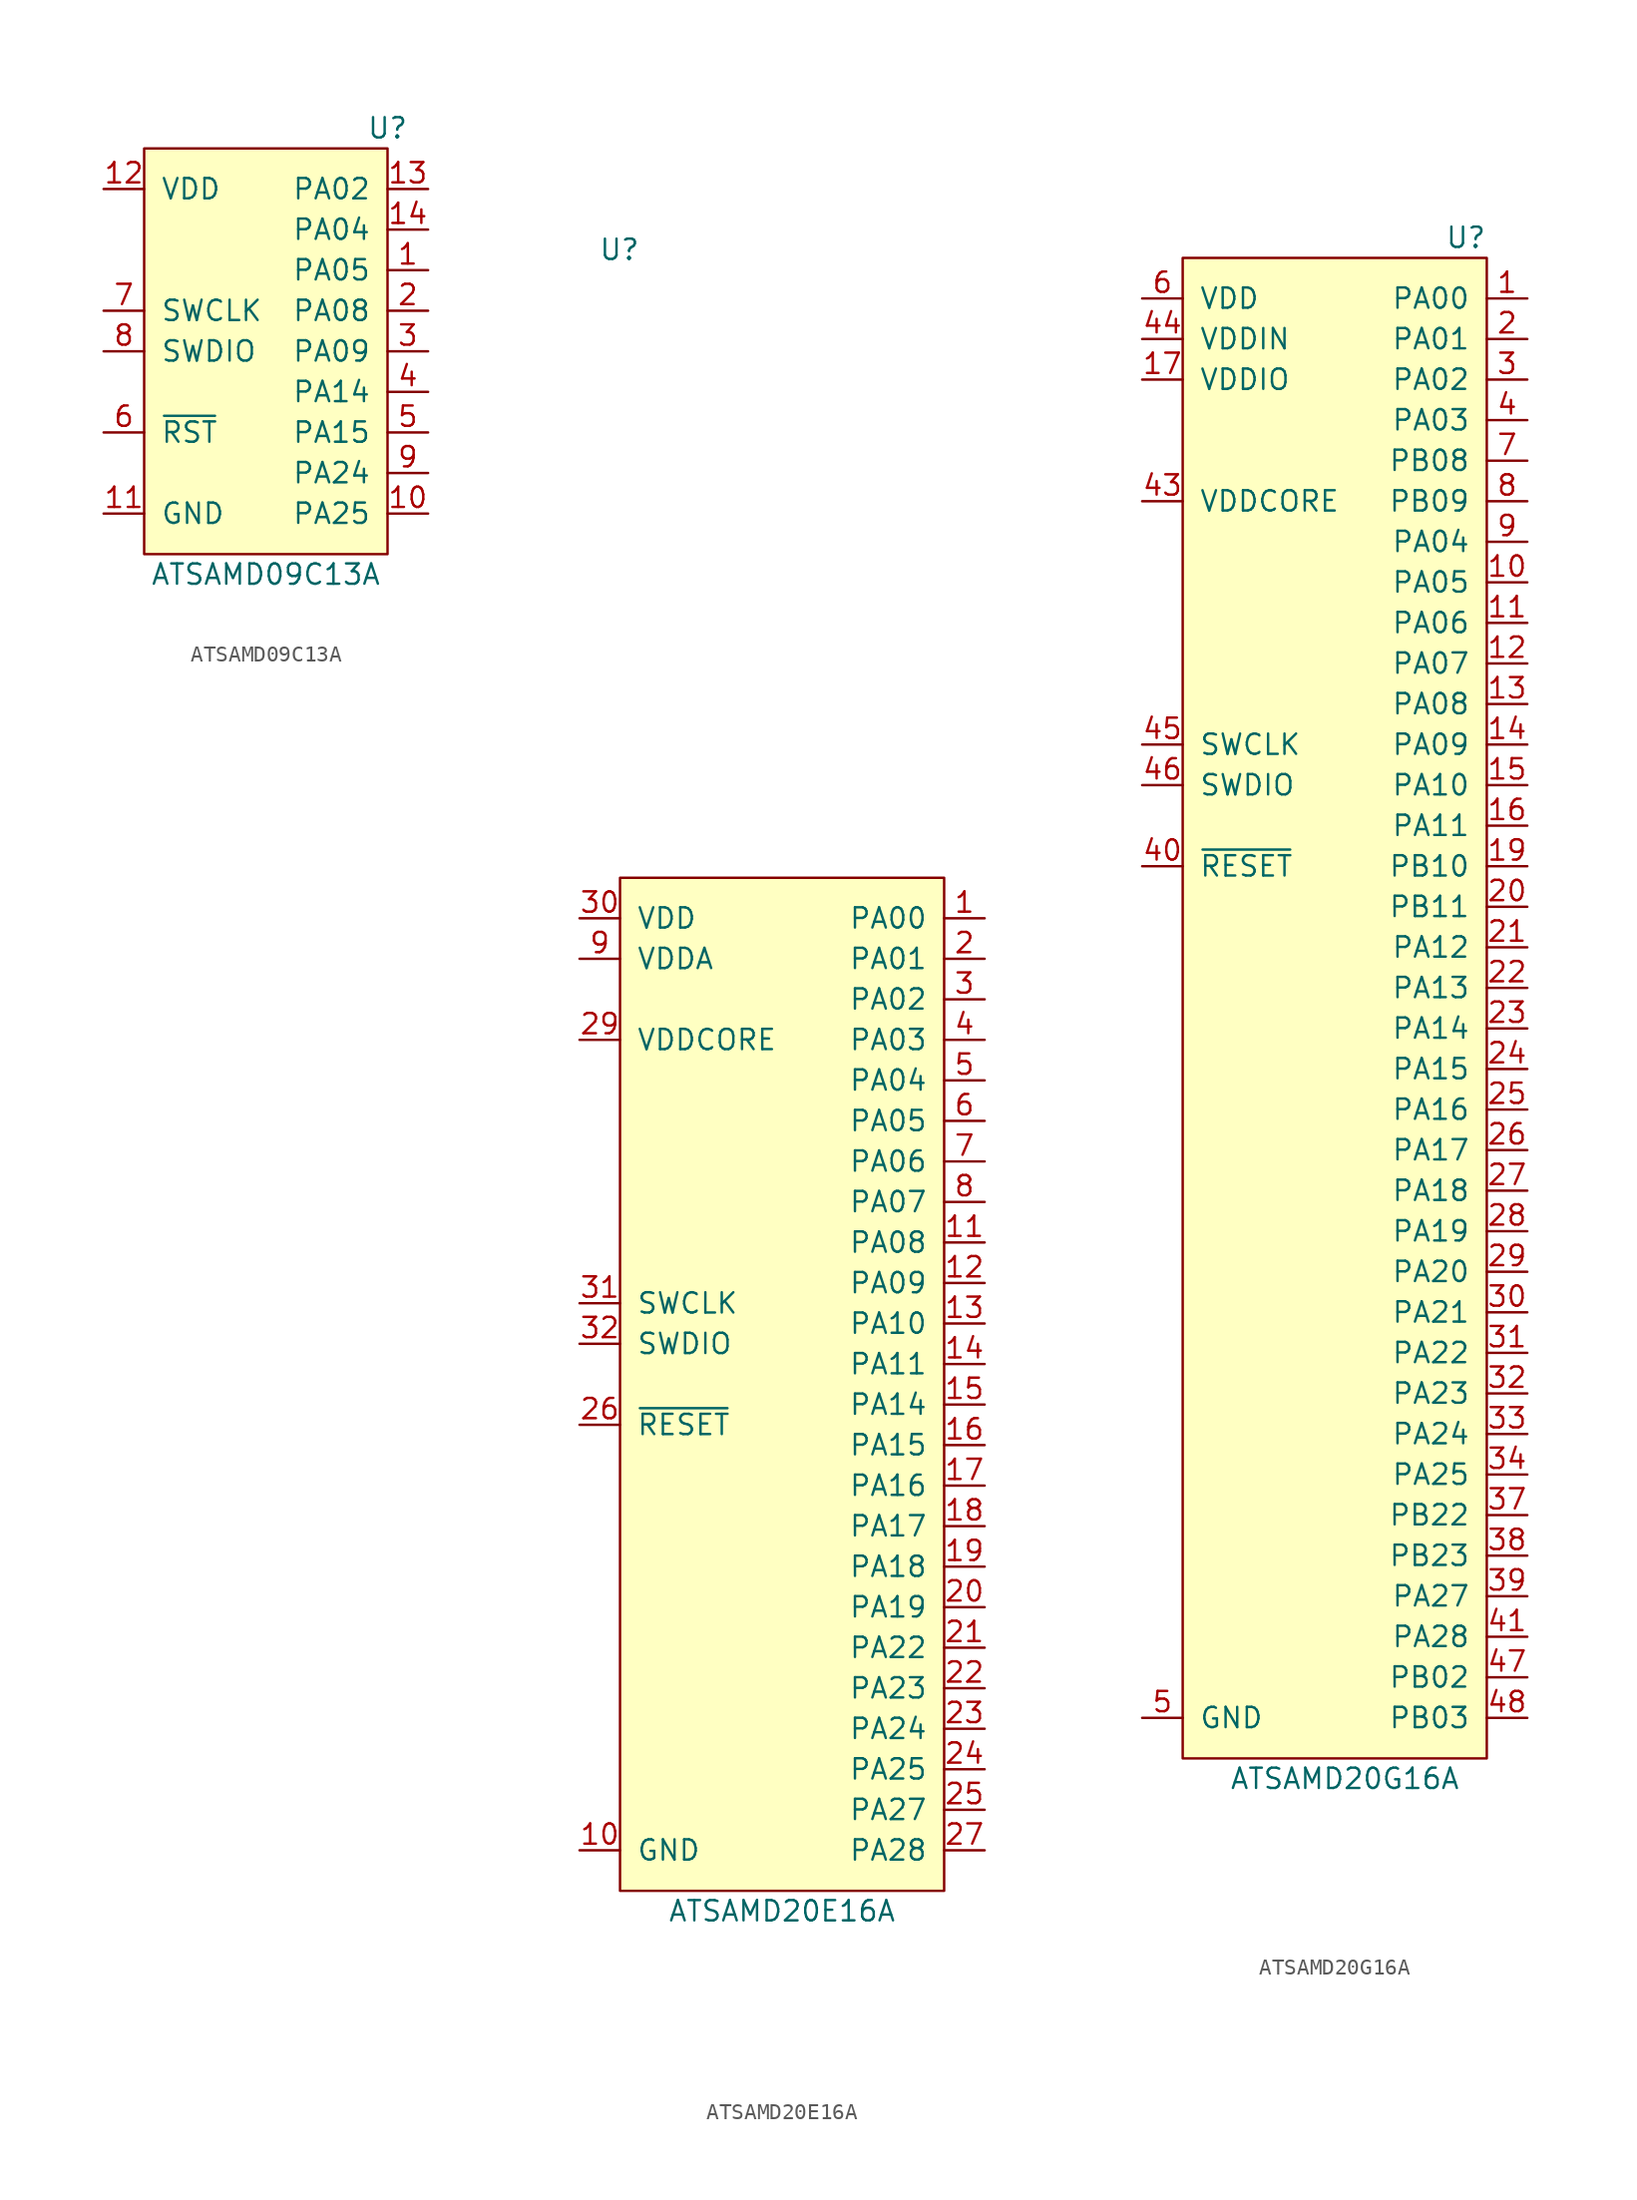
<source format=kicad_sym>
(kicad_symbol_lib
  (version 20231120)
  (generator "kicad_symbol_editor")
  (generator_version "8.99")
  (symbol "ATSAMD09C13A"
    (pin_names
      (offset 1.016))
    (property "Reference" "U"
      (at 7.62 13.97 0)
      (effects (font (size 1.27 1.27))))
    (property "Value" "ATSAMD09C13A"
      (at 0 -13.97 0)
      (effects (font (size 1.27 1.27))))
    (symbol "ATSAMD09C13A_0_1"
      (rectangle (start -7.62 12.7) (end 7.62 -12.7) (stroke (width 0) (type solid)) (fill (type background))))
    (symbol "ATSAMD09C13A_1_1"
      (pin bidirectional line (at 10.16 5.08 180) (length 2.54) (name "PA05" (effects (font (size 1.27 1.27)))) (number "1" (effects (font (size 1.27 1.27)))))
      (pin bidirectional line (at 10.16 -10.16 180) (length 2.54) (name "PA25" (effects (font (size 1.27 1.27)))) (number "10" (effects (font (size 1.27 1.27)))))
      (pin power_in line (at -10.16 -10.16 0) (length 2.54) (name "GND" (effects (font (size 1.27 1.27)))) (number "11" (effects (font (size 1.27 1.27)))))
      (pin power_in line (at -10.16 10.16 0) (length 2.54) (name "VDD" (effects (font (size 1.27 1.27)))) (number "12" (effects (font (size 1.27 1.27)))))
      (pin bidirectional line (at 10.16 10.16 180) (length 2.54) (name "PA02" (effects (font (size 1.27 1.27)))) (number "13" (effects (font (size 1.27 1.27)))))
      (pin bidirectional line (at 10.16 7.62 180) (length 2.54) (name "PA04" (effects (font (size 1.27 1.27)))) (number "14" (effects (font (size 1.27 1.27)))))
      (pin bidirectional line (at 10.16 2.54 180) (length 2.54) (name "PA08" (effects (font (size 1.27 1.27)))) (number "2" (effects (font (size 1.27 1.27)))))
      (pin bidirectional line (at 10.16 0 180) (length 2.54) (name "PA09" (effects (font (size 1.27 1.27)))) (number "3" (effects (font (size 1.27 1.27)))))
      (pin bidirectional line (at 10.16 -2.54 180) (length 2.54) (name "PA14" (effects (font (size 1.27 1.27)))) (number "4" (effects (font (size 1.27 1.27)))))
      (pin bidirectional line (at 10.16 -5.08 180) (length 2.54) (name "PA15" (effects (font (size 1.27 1.27)))) (number "5" (effects (font (size 1.27 1.27)))))
      (pin input line (at -10.16 -5.08 0) (length 2.54) (name "~{RST}" (effects (font (size 1.27 1.27)))) (number "6" (effects (font (size 1.27 1.27)))))
      (pin input line (at -10.16 2.54 0) (length 2.54) (name "SWCLK" (effects (font (size 1.27 1.27)))) (number "7" (effects (font (size 1.27 1.27)))))
      (pin bidirectional line (at -10.16 0 0) (length 2.54) (name "SWDIO" (effects (font (size 1.27 1.27)))) (number "8" (effects (font (size 1.27 1.27)))))
      (pin bidirectional line (at 10.16 -7.62 180) (length 2.54) (name "PA24" (effects (font (size 1.27 1.27)))) (number "9" (effects (font (size 1.27 1.27)))))))
  (symbol "ATSAMD20E16A"
    (pin_names
      (offset 1.016))
    (property "Reference" "U"
      (at -8.89 69.85 0)
      (effects (font (size 1.27 1.27)) (justify right)))
    (property "Value" "ATSAMD20E16A"
      (at 0 -34.29 0)
      (effects (font (size 1.27 1.27))))
    (symbol "ATSAMD20E16A_0_1"
      (rectangle (start -10.16 30.48) (end 10.16 -33.02) (stroke (width 0) (type solid)) (fill (type background))))
    (symbol "ATSAMD20E16A_1_1"
      (pin bidirectional line (at 12.7 27.94 180) (length 2.54) (name "PA00" (effects (font (size 1.27 1.27)))) (number "1" (effects (font (size 1.27 1.27)))))
      (pin power_in line (at -12.7 -30.48 0) (length 2.54) (name "GND" (effects (font (size 1.27 1.27)))) (number "10" (effects (font (size 1.27 1.27)))))
      (pin bidirectional line (at 12.7 7.62 180) (length 2.54) (name "PA08" (effects (font (size 1.27 1.27)))) (number "11" (effects (font (size 1.27 1.27)))))
      (pin bidirectional line (at 12.7 5.08 180) (length 2.54) (name "PA09" (effects (font (size 1.27 1.27)))) (number "12" (effects (font (size 1.27 1.27)))))
      (pin bidirectional line (at 12.7 2.54 180) (length 2.54) (name "PA10" (effects (font (size 1.27 1.27)))) (number "13" (effects (font (size 1.27 1.27)))))
      (pin bidirectional line (at 12.7 0 180) (length 2.54) (name "PA11" (effects (font (size 1.27 1.27)))) (number "14" (effects (font (size 1.27 1.27)))))
      (pin bidirectional line (at 12.7 -2.54 180) (length 2.54) (name "PA14" (effects (font (size 1.27 1.27)))) (number "15" (effects (font (size 1.27 1.27)))))
      (pin bidirectional line (at 12.7 -5.08 180) (length 2.54) (name "PA15" (effects (font (size 1.27 1.27)))) (number "16" (effects (font (size 1.27 1.27)))))
      (pin bidirectional line (at 12.7 -7.62 180) (length 2.54) (name "PA16" (effects (font (size 1.27 1.27)))) (number "17" (effects (font (size 1.27 1.27)))))
      (pin bidirectional line (at 12.7 -10.16 180) (length 2.54) (name "PA17" (effects (font (size 1.27 1.27)))) (number "18" (effects (font (size 1.27 1.27)))))
      (pin bidirectional line (at 12.7 -12.7 180) (length 2.54) (name "PA18" (effects (font (size 1.27 1.27)))) (number "19" (effects (font (size 1.27 1.27)))))
      (pin bidirectional line (at 12.7 25.4 180) (length 2.54) (name "PA01" (effects (font (size 1.27 1.27)))) (number "2" (effects (font (size 1.27 1.27)))))
      (pin bidirectional line (at 12.7 -15.24 180) (length 2.54) (name "PA19" (effects (font (size 1.27 1.27)))) (number "20" (effects (font (size 1.27 1.27)))))
      (pin bidirectional line (at 12.7 -17.78 180) (length 2.54) (name "PA22" (effects (font (size 1.27 1.27)))) (number "21" (effects (font (size 1.27 1.27)))))
      (pin bidirectional line (at 12.7 -20.32 180) (length 2.54) (name "PA23" (effects (font (size 1.27 1.27)))) (number "22" (effects (font (size 1.27 1.27)))))
      (pin bidirectional line (at 12.7 -22.86 180) (length 2.54) (name "PA24" (effects (font (size 1.27 1.27)))) (number "23" (effects (font (size 1.27 1.27)))))
      (pin bidirectional line (at 12.7 -25.4 180) (length 2.54) (name "PA25" (effects (font (size 1.27 1.27)))) (number "24" (effects (font (size 1.27 1.27)))))
      (pin bidirectional line (at 12.7 -27.94 180) (length 2.54) (name "PA27" (effects (font (size 1.27 1.27)))) (number "25" (effects (font (size 1.27 1.27)))))
      (pin input line (at -12.7 -3.81 0) (length 2.54) (name "~{RESET}" (effects (font (size 1.27 1.27)))) (number "26" (effects (font (size 1.27 1.27)))))
      (pin bidirectional line (at 12.7 -30.48 180) (length 2.54) (name "PA28" (effects (font (size 1.27 1.27)))) (number "27" (effects (font (size 1.27 1.27)))))
      (pin passive line (at -12.7 -30.48 0) (length 2.54) hide (name "GND" (effects (font (size 1.27 1.27)))) (number "28" (effects (font (size 1.27 1.27)))))
      (pin power_out line (at -12.7 20.32 0) (length 2.54) (name "VDDCORE" (effects (font (size 1.27 1.27)))) (number "29" (effects (font (size 1.27 1.27)))))
      (pin bidirectional line (at 12.7 22.86 180) (length 2.54) (name "PA02" (effects (font (size 1.27 1.27)))) (number "3" (effects (font (size 1.27 1.27)))))
      (pin power_in line (at -12.7 27.94 0) (length 2.54) (name "VDD" (effects (font (size 1.27 1.27)))) (number "30" (effects (font (size 1.27 1.27)))))
      (pin input line (at -12.7 3.81 0) (length 2.54) (name "SWCLK" (effects (font (size 1.27 1.27)))) (number "31" (effects (font (size 1.27 1.27)))))
      (pin bidirectional line (at -12.7 1.27 0) (length 2.54) (name "SWDIO" (effects (font (size 1.27 1.27)))) (number "32" (effects (font (size 1.27 1.27)))))
      (pin bidirectional line (at 12.7 20.32 180) (length 2.54) (name "PA03" (effects (font (size 1.27 1.27)))) (number "4" (effects (font (size 1.27 1.27)))))
      (pin bidirectional line (at 12.7 17.78 180) (length 2.54) (name "PA04" (effects (font (size 1.27 1.27)))) (number "5" (effects (font (size 1.27 1.27)))))
      (pin bidirectional line (at 12.7 15.24 180) (length 2.54) (name "PA05" (effects (font (size 1.27 1.27)))) (number "6" (effects (font (size 1.27 1.27)))))
      (pin bidirectional line (at 12.7 12.7 180) (length 2.54) (name "PA06" (effects (font (size 1.27 1.27)))) (number "7" (effects (font (size 1.27 1.27)))))
      (pin bidirectional line (at 12.7 10.16 180) (length 2.54) (name "PA07" (effects (font (size 1.27 1.27)))) (number "8" (effects (font (size 1.27 1.27)))))
      (pin power_in line (at -12.7 25.4 0) (length 2.54) (name "VDDA" (effects (font (size 1.27 1.27)))) (number "9" (effects (font (size 1.27 1.27)))))))
  (symbol "ATSAMD20G16A"
    (pin_names
      (offset 1.016))
    (property "Reference" "U"
      (at 7.62 46.99 0)
      (effects (font (size 1.27 1.27)) (justify right)))
    (property "Value" "ATSAMD20G16A"
      (at -1.27 -49.53 0)
      (effects (font (size 1.27 1.27))))
    (symbol "ATSAMD20G16A_0_1"
      (rectangle (start -11.43 45.72) (end 7.62 -48.26) (stroke (width 0) (type solid)) (fill (type background))))
    (symbol "ATSAMD20G16A_1_1"
      (pin bidirectional line (at 10.16 43.18 180) (length 2.54) (name "PA00" (effects (font (size 1.27 1.27)))) (number "1" (effects (font (size 1.27 1.27)))))
      (pin bidirectional line (at 10.16 25.4 180) (length 2.54) (name "PA05" (effects (font (size 1.27 1.27)))) (number "10" (effects (font (size 1.27 1.27)))))
      (pin bidirectional line (at 10.16 22.86 180) (length 2.54) (name "PA06" (effects (font (size 1.27 1.27)))) (number "11" (effects (font (size 1.27 1.27)))))
      (pin bidirectional line (at 10.16 20.32 180) (length 2.54) (name "PA07" (effects (font (size 1.27 1.27)))) (number "12" (effects (font (size 1.27 1.27)))))
      (pin bidirectional line (at 10.16 17.78 180) (length 2.54) (name "PA08" (effects (font (size 1.27 1.27)))) (number "13" (effects (font (size 1.27 1.27)))))
      (pin bidirectional line (at 10.16 15.24 180) (length 2.54) (name "PA09" (effects (font (size 1.27 1.27)))) (number "14" (effects (font (size 1.27 1.27)))))
      (pin bidirectional line (at 10.16 12.7 180) (length 2.54) (name "PA10" (effects (font (size 1.27 1.27)))) (number "15" (effects (font (size 1.27 1.27)))))
      (pin bidirectional line (at 10.16 10.16 180) (length 2.54) (name "PA11" (effects (font (size 1.27 1.27)))) (number "16" (effects (font (size 1.27 1.27)))))
      (pin power_in line (at -13.97 38.1 0) (length 2.54) (name "VDDIO" (effects (font (size 1.27 1.27)))) (number "17" (effects (font (size 1.27 1.27)))))
      (pin passive line (at -13.97 -45.72 0) (length 2.54) hide (name "GND" (effects (font (size 1.27 1.27)))) (number "18" (effects (font (size 1.27 1.27)))))
      (pin bidirectional line (at 10.16 7.62 180) (length 2.54) (name "PB10" (effects (font (size 1.27 1.27)))) (number "19" (effects (font (size 1.27 1.27)))))
      (pin bidirectional line (at 10.16 40.64 180) (length 2.54) (name "PA01" (effects (font (size 1.27 1.27)))) (number "2" (effects (font (size 1.27 1.27)))))
      (pin bidirectional line (at 10.16 5.08 180) (length 2.54) (name "PB11" (effects (font (size 1.27 1.27)))) (number "20" (effects (font (size 1.27 1.27)))))
      (pin bidirectional line (at 10.16 2.54 180) (length 2.54) (name "PA12" (effects (font (size 1.27 1.27)))) (number "21" (effects (font (size 1.27 1.27)))))
      (pin bidirectional line (at 10.16 0 180) (length 2.54) (name "PA13" (effects (font (size 1.27 1.27)))) (number "22" (effects (font (size 1.27 1.27)))))
      (pin bidirectional line (at 10.16 -2.54 180) (length 2.54) (name "PA14" (effects (font (size 1.27 1.27)))) (number "23" (effects (font (size 1.27 1.27)))))
      (pin bidirectional line (at 10.16 -5.08 180) (length 2.54) (name "PA15" (effects (font (size 1.27 1.27)))) (number "24" (effects (font (size 1.27 1.27)))))
      (pin bidirectional line (at 10.16 -7.62 180) (length 2.54) (name "PA16" (effects (font (size 1.27 1.27)))) (number "25" (effects (font (size 1.27 1.27)))))
      (pin bidirectional line (at 10.16 -10.16 180) (length 2.54) (name "PA17" (effects (font (size 1.27 1.27)))) (number "26" (effects (font (size 1.27 1.27)))))
      (pin bidirectional line (at 10.16 -12.7 180) (length 2.54) (name "PA18" (effects (font (size 1.27 1.27)))) (number "27" (effects (font (size 1.27 1.27)))))
      (pin bidirectional line (at 10.16 -15.24 180) (length 2.54) (name "PA19" (effects (font (size 1.27 1.27)))) (number "28" (effects (font (size 1.27 1.27)))))
      (pin bidirectional line (at 10.16 -17.78 180) (length 2.54) (name "PA20" (effects (font (size 1.27 1.27)))) (number "29" (effects (font (size 1.27 1.27)))))
      (pin bidirectional line (at 10.16 38.1 180) (length 2.54) (name "PA02" (effects (font (size 1.27 1.27)))) (number "3" (effects (font (size 1.27 1.27)))))
      (pin bidirectional line (at 10.16 -20.32 180) (length 2.54) (name "PA21" (effects (font (size 1.27 1.27)))) (number "30" (effects (font (size 1.27 1.27)))))
      (pin bidirectional line (at 10.16 -22.86 180) (length 2.54) (name "PA22" (effects (font (size 1.27 1.27)))) (number "31" (effects (font (size 1.27 1.27)))))
      (pin bidirectional line (at 10.16 -25.4 180) (length 2.54) (name "PA23" (effects (font (size 1.27 1.27)))) (number "32" (effects (font (size 1.27 1.27)))))
      (pin bidirectional line (at 10.16 -27.94 180) (length 2.54) (name "PA24" (effects (font (size 1.27 1.27)))) (number "33" (effects (font (size 1.27 1.27)))))
      (pin bidirectional line (at 10.16 -30.48 180) (length 2.54) (name "PA25" (effects (font (size 1.27 1.27)))) (number "34" (effects (font (size 1.27 1.27)))))
      (pin passive line (at -13.97 -45.72 0) (length 2.54) hide (name "GND" (effects (font (size 1.27 1.27)))) (number "35" (effects (font (size 1.27 1.27)))))
      (pin passive line (at -13.97 38.1 0) (length 2.54) hide (name "VDDIO" (effects (font (size 1.27 1.27)))) (number "36" (effects (font (size 1.27 1.27)))))
      (pin bidirectional line (at 10.16 -33.02 180) (length 2.54) (name "PB22" (effects (font (size 1.27 1.27)))) (number "37" (effects (font (size 1.27 1.27)))))
      (pin bidirectional line (at 10.16 -35.56 180) (length 2.54) (name "PB23" (effects (font (size 1.27 1.27)))) (number "38" (effects (font (size 1.27 1.27)))))
      (pin bidirectional line (at 10.16 -38.1 180) (length 2.54) (name "PA27" (effects (font (size 1.27 1.27)))) (number "39" (effects (font (size 1.27 1.27)))))
      (pin bidirectional line (at 10.16 35.56 180) (length 2.54) (name "PA03" (effects (font (size 1.27 1.27)))) (number "4" (effects (font (size 1.27 1.27)))))
      (pin input line (at -13.97 7.62 0) (length 2.54) (name "~{RESET}" (effects (font (size 1.27 1.27)))) (number "40" (effects (font (size 1.27 1.27)))))
      (pin bidirectional line (at 10.16 -40.64 180) (length 2.54) (name "PA28" (effects (font (size 1.27 1.27)))) (number "41" (effects (font (size 1.27 1.27)))))
      (pin passive line (at -13.97 -45.72 0) (length 2.54) hide (name "GND" (effects (font (size 1.27 1.27)))) (number "42" (effects (font (size 1.27 1.27)))))
      (pin power_out line (at -13.97 30.48 0) (length 2.54) (name "VDDCORE" (effects (font (size 1.27 1.27)))) (number "43" (effects (font (size 1.27 1.27)))))
      (pin power_in line (at -13.97 40.64 0) (length 2.54) (name "VDDIN" (effects (font (size 1.27 1.27)))) (number "44" (effects (font (size 1.27 1.27)))))
      (pin input line (at -13.97 15.24 0) (length 2.54) (name "SWCLK" (effects (font (size 1.27 1.27)))) (number "45" (effects (font (size 1.27 1.27)))))
      (pin bidirectional line (at -13.97 12.7 0) (length 2.54) (name "SWDIO" (effects (font (size 1.27 1.27)))) (number "46" (effects (font (size 1.27 1.27)))))
      (pin bidirectional line (at 10.16 -43.18 180) (length 2.54) (name "PB02" (effects (font (size 1.27 1.27)))) (number "47" (effects (font (size 1.27 1.27)))))
      (pin bidirectional line (at 10.16 -45.72 180) (length 2.54) (name "PB03" (effects (font (size 1.27 1.27)))) (number "48" (effects (font (size 1.27 1.27)))))
      (pin power_in line (at -13.97 -45.72 0) (length 2.54) (name "GND" (effects (font (size 1.27 1.27)))) (number "5" (effects (font (size 1.27 1.27)))))
      (pin power_in line (at -13.97 43.18 0) (length 2.54) (name "VDD" (effects (font (size 1.27 1.27)))) (number "6" (effects (font (size 1.27 1.27)))))
      (pin bidirectional line (at 10.16 33.02 180) (length 2.54) (name "PB08" (effects (font (size 1.27 1.27)))) (number "7" (effects (font (size 1.27 1.27)))))
      (pin bidirectional line (at 10.16 30.48 180) (length 2.54) (name "PB09" (effects (font (size 1.27 1.27)))) (number "8" (effects (font (size 1.27 1.27)))))
      (pin bidirectional line (at 10.16 27.94 180) (length 2.54) (name "PA04" (effects (font (size 1.27 1.27)))) (number "9" (effects (font (size 1.27 1.27))))))))
</source>
